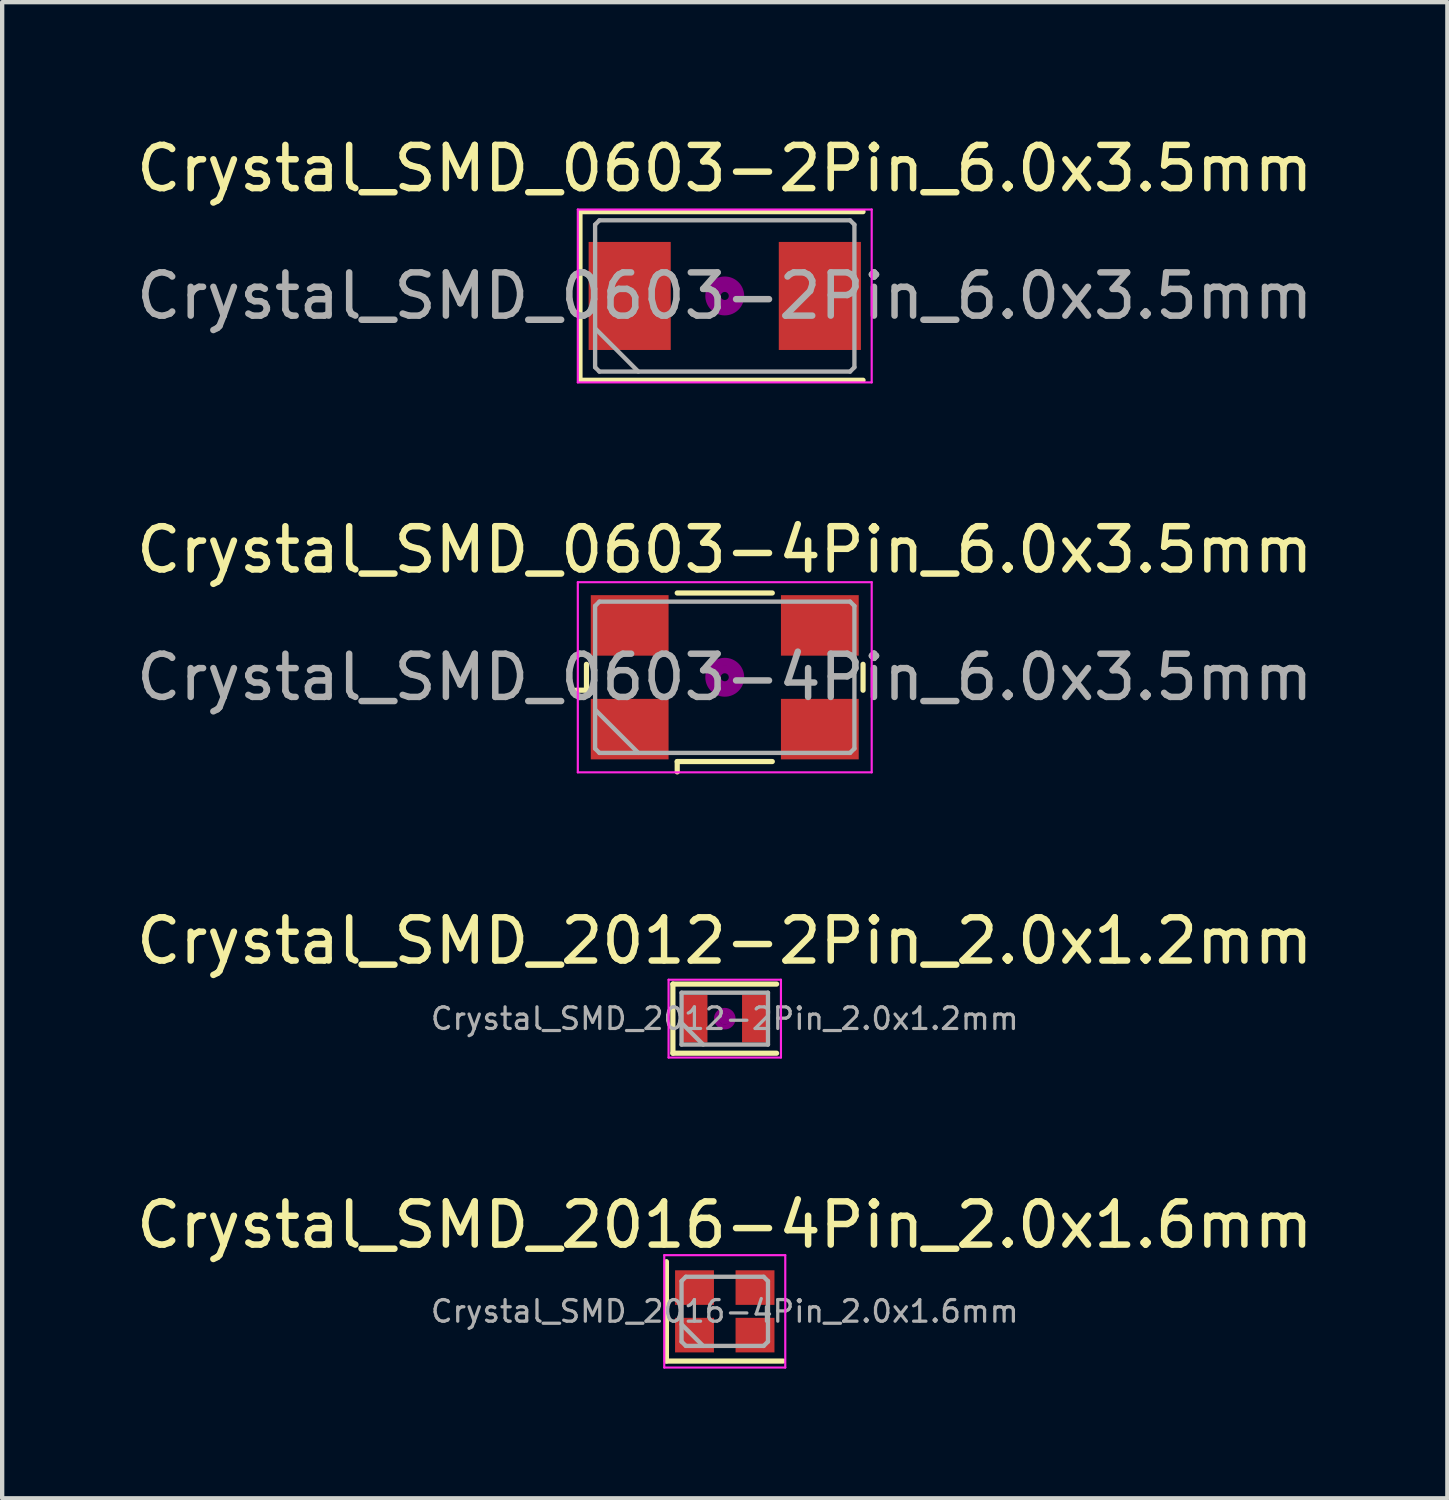
<source format=kicad_pcb>
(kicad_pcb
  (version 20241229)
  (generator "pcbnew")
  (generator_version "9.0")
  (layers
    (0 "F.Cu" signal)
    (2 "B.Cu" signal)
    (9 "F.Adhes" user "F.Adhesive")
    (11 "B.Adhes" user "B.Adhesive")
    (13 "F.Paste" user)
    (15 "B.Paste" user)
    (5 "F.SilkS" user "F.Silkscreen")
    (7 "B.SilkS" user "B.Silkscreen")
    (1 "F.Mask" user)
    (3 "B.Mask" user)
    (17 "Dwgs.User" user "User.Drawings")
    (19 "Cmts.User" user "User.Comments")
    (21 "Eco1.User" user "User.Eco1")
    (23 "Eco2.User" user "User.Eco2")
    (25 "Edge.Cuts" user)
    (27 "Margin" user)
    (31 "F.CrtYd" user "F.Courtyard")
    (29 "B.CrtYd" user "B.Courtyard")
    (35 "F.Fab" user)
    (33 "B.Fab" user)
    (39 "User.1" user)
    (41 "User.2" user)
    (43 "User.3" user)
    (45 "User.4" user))
  (footprint "Crystal_SMD_2016-4Pin_2.0x1.6mm"
    (layer "F.Cu")
    (at 13.72 27.293)
    (property "Reference" "Crystal_SMD_2016-4Pin_2.0x1.6mm" (at 0 -2 0) (layer "F.SilkS") (effects (font (size 1 1) (thickness 0.15))))
    (attr smd)
    (fp_line (start -1.35 -1.15) (end -1.35 1.15) (stroke (width 0.12) (type solid)) (layer "F.SilkS"))
    (fp_line (start -1.35 1.15) (end 1.35 1.15) (stroke (width 0.12) (type solid)) (layer "F.SilkS"))
    (fp_line (start -1.4 -1.3) (end -1.4 1.3) (stroke (width 0.05) (type solid)) (layer "F.CrtYd"))
    (fp_line (start -1.4 1.3) (end 1.4 1.3) (stroke (width 0.05) (type solid)) (layer "F.CrtYd"))
    (fp_line (start 1.4 -1.3) (end -1.4 -1.3) (stroke (width 0.05) (type solid)) (layer "F.CrtYd"))
    (fp_line (start 1.4 1.3) (end 1.4 -1.3) (stroke (width 0.05) (type solid)) (layer "F.CrtYd"))
    (fp_line (start -1 -0.7) (end -0.9 -0.8) (stroke (width 0.1) (type solid)) (layer "F.Fab"))
    (fp_line (start -1 0.3) (end -0.5 0.8) (stroke (width 0.1) (type solid)) (layer "F.Fab"))
    (fp_line (start -1 0.7) (end -1 -0.7) (stroke (width 0.1) (type solid)) (layer "F.Fab"))
    (fp_line (start -0.9 -0.8) (end 0.9 -0.8) (stroke (width 0.1) (type solid)) (layer "F.Fab"))
    (fp_line (start -0.9 0.8) (end -1 0.7) (stroke (width 0.1) (type solid)) (layer "F.Fab"))
    (fp_line (start 0.9 -0.8) (end 1 -0.7) (stroke (width 0.1) (type solid)) (layer "F.Fab"))
    (fp_line (start 0.9 0.8) (end -0.9 0.8) (stroke (width 0.1) (type solid)) (layer "F.Fab"))
    (fp_line (start 1 -0.7) (end 1 0.7) (stroke (width 0.1) (type solid)) (layer "F.Fab"))
    (fp_line (start 1 0.7) (end 0.9 0.8) (stroke (width 0.1) (type solid)) (layer "F.Fab"))
    (fp_text user "${REFERENCE}" (at 0 0 0) (layer "F.Fab") (effects (font (size 0.5 0.5) (thickness 0.075))))
    (pad "1" smd rect (at -0.7 0.55) (size 0.9 0.8) (layers "F.Cu" "F.Mask" "F.Paste"))
    (pad "2" smd rect (at 0.7 0.55) (size 0.9 0.8) (layers "F.Cu" "F.Mask" "F.Paste"))
    (pad "3" smd rect (at 0.7 -0.55) (size 0.9 0.8) (layers "F.Cu" "F.Mask" "F.Paste"))
    (pad "4" smd rect (at -0.7 -0.55) (size 0.9 0.8) (layers "F.Cu" "F.Mask" "F.Paste")))
  (footprint "Crystal_SMD_2012-2Pin_2.0x1.2mm"
    (layer "F.Cu")
    (at 13.72 20.52)
    (property "Reference" "Crystal_SMD_2012-2Pin_2.0x1.2mm" (at 0 -1.8 0) (layer "F.SilkS") (effects (font (size 1 1) (thickness 0.15))))
    (attr smd)
    (fp_line (start -1.2 -0.8) (end -1.2 0.8) (stroke (width 0.12) (type solid)) (layer "F.SilkS"))
    (fp_line (start -1.2 0.8) (end 1.2 0.8) (stroke (width 0.12) (type solid)) (layer "F.SilkS"))
    (fp_line (start 1.2 -0.8) (end -1.2 -0.8) (stroke (width 0.12) (type solid)) (layer "F.SilkS"))
    (fp_circle (center 0 0) (end 0.047 0) (stroke (width 0.093) (type solid)) (fill no) (layer "F.Adhes"))
    (fp_circle (center 0 0) (end 0.107 0) (stroke (width 0.067) (type solid)) (fill no) (layer "F.Adhes"))
    (fp_circle (center 0 0) (end 0.167 0) (stroke (width 0.067) (type solid)) (fill no) (layer "F.Adhes"))
    (fp_circle (center 0 0) (end 0.2 0) (stroke (width 0.1) (type solid)) (fill no) (layer "F.Adhes"))
    (fp_line (start -1.3 -0.9) (end -1.3 0.9) (stroke (width 0.05) (type solid)) (layer "F.CrtYd"))
    (fp_line (start -1.3 0.9) (end 1.3 0.9) (stroke (width 0.05) (type solid)) (layer "F.CrtYd"))
    (fp_line (start 1.3 -0.9) (end -1.3 -0.9) (stroke (width 0.05) (type solid)) (layer "F.CrtYd"))
    (fp_line (start 1.3 0.9) (end 1.3 -0.9) (stroke (width 0.05) (type solid)) (layer "F.CrtYd"))
    (fp_line (start -1 -0.6) (end -1 0.6) (stroke (width 0.1) (type solid)) (layer "F.Fab"))
    (fp_line (start -1 0.1) (end -0.5 0.6) (stroke (width 0.1) (type solid)) (layer "F.Fab"))
    (fp_line (start -1 0.6) (end 1 0.6) (stroke (width 0.1) (type solid)) (layer "F.Fab"))
    (fp_line (start 1 -0.6) (end -1 -0.6) (stroke (width 0.1) (type solid)) (layer "F.Fab"))
    (fp_line (start 1 0.6) (end 1 -0.6) (stroke (width 0.1) (type solid)) (layer "F.Fab"))
    (fp_text user "${REFERENCE}" (at 0 0 0) (layer "F.Fab") (effects (font (size 0.5 0.5) (thickness 0.075))))
    (pad "1" smd rect (at -0.7 0) (size 0.6 1.1) (layers "F.Cu" "F.Mask" "F.Paste"))
    (pad "2" smd rect (at 0.7 0) (size 0.6 1.1) (layers "F.Cu" "F.Mask" "F.Paste")))
  (footprint "Crystal_SMD_0603-2Pin_6.0x3.5mm"
    (layer "F.Cu")
    (at 13.72 3.798)
    (property "Reference" "Crystal_SMD_0603-2Pin_6.0x3.5mm" (at 0 -2.95 0) (layer "F.SilkS") (effects (font (size 1 1) (thickness 0.15))))
    (attr smd)
    (fp_line (start -3.35 -1.95) (end -3.35 1.95) (stroke (width 0.12) (type solid)) (layer "F.SilkS"))
    (fp_line (start -3.35 1.95) (end 3.2 1.95) (stroke (width 0.12) (type solid)) (layer "F.SilkS"))
    (fp_line (start 3.2 -1.95) (end -3.35 -1.95) (stroke (width 0.12) (type solid)) (layer "F.SilkS"))
    (fp_circle (center 0 0) (end 0.093 0) (stroke (width 0.187) (type solid)) (fill no) (layer "F.Adhes"))
    (fp_circle (center 0 0) (end 0.213 0) (stroke (width 0.133) (type solid)) (fill no) (layer "F.Adhes"))
    (fp_circle (center 0 0) (end 0.333 0) (stroke (width 0.133) (type solid)) (fill no) (layer "F.Adhes"))
    (fp_circle (center 0 0) (end 0.4 0) (stroke (width 0.1) (type solid)) (fill no) (layer "F.Adhes"))
    (fp_line (start -3.4 -2) (end -3.4 2) (stroke (width 0.05) (type solid)) (layer "F.CrtYd"))
    (fp_line (start -3.4 2) (end 3.4 2) (stroke (width 0.05) (type solid)) (layer "F.CrtYd"))
    (fp_line (start 3.4 -2) (end -3.4 -2) (stroke (width 0.05) (type solid)) (layer "F.CrtYd"))
    (fp_line (start 3.4 2) (end 3.4 -2) (stroke (width 0.05) (type solid)) (layer "F.CrtYd"))
    (fp_line (start -3 -1.65) (end -2.9 -1.75) (stroke (width 0.1) (type solid)) (layer "F.Fab"))
    (fp_line (start -3 0.75) (end -2 1.75) (stroke (width 0.1) (type solid)) (layer "F.Fab"))
    (fp_line (start -3 1.65) (end -3 -1.65) (stroke (width 0.1) (type solid)) (layer "F.Fab"))
    (fp_line (start -2.9 -1.75) (end 2.9 -1.75) (stroke (width 0.1) (type solid)) (layer "F.Fab"))
    (fp_line (start -2.9 1.75) (end -3 1.65) (stroke (width 0.1) (type solid)) (layer "F.Fab"))
    (fp_line (start 2.9 -1.75) (end 3 -1.65) (stroke (width 0.1) (type solid)) (layer "F.Fab"))
    (fp_line (start 2.9 1.75) (end -2.9 1.75) (stroke (width 0.1) (type solid)) (layer "F.Fab"))
    (fp_line (start 3 -1.65) (end 3 1.65) (stroke (width 0.1) (type solid)) (layer "F.Fab"))
    (fp_line (start 3 1.65) (end 2.9 1.75) (stroke (width 0.1) (type solid)) (layer "F.Fab"))
    (fp_text user "${REFERENCE}" (at 0 0 0) (layer "F.Fab") (effects (font (size 1 1) (thickness 0.15))))
    (pad "1" smd rect (at -2.2 0) (size 1.9 2.5) (layers "F.Cu" "F.Mask" "F.Paste"))
    (pad "2" smd rect (at 2.2 0) (size 1.9 2.5) (layers "F.Cu" "F.Mask" "F.Paste")))
  (footprint "Crystal_SMD_0603-4Pin_6.0x3.5mm"
    (layer "F.Cu")
    (at 13.72 12.621)
    (property "Reference" "Crystal_SMD_0603-4Pin_6.0x3.5mm" (at 0 -2.95 0) (layer "F.SilkS") (effects (font (size 1 1) (thickness 0.15))))
    (attr smd)
    (fp_line (start -3.44 0.3) (end -3.2 0.3) (stroke (width 0.12) (type solid)) (layer "F.SilkS"))
    (fp_line (start -3.2 0.3) (end -3.2 -0.3) (stroke (width 0.12) (type solid)) (layer "F.SilkS"))
    (fp_line (start -1.1 -1.95) (end 1.1 -1.95) (stroke (width 0.12) (type solid)) (layer "F.SilkS"))
    (fp_line (start -1.1 1.95) (end -1.1 2.19) (stroke (width 0.12) (type solid)) (layer "F.SilkS"))
    (fp_line (start 1.1 1.95) (end -1.1 1.95) (stroke (width 0.12) (type solid)) (layer "F.SilkS"))
    (fp_line (start 3.2 -0.3) (end 3.2 0.3) (stroke (width 0.12) (type solid)) (layer "F.SilkS"))
    (fp_circle (center 0 0) (end 0.093 0) (stroke (width 0.187) (type solid)) (fill no) (layer "F.Adhes"))
    (fp_circle (center 0 0) (end 0.213 0) (stroke (width 0.133) (type solid)) (fill no) (layer "F.Adhes"))
    (fp_circle (center 0 0) (end 0.333 0) (stroke (width 0.133) (type solid)) (fill no) (layer "F.Adhes"))
    (fp_circle (center 0 0) (end 0.4 0) (stroke (width 0.1) (type solid)) (fill no) (layer "F.Adhes"))
    (fp_line (start -3.4 -2.2) (end -3.4 2.2) (stroke (width 0.05) (type solid)) (layer "F.CrtYd"))
    (fp_line (start -3.4 2.2) (end 3.4 2.2) (stroke (width 0.05) (type solid)) (layer "F.CrtYd"))
    (fp_line (start 3.4 -2.2) (end -3.4 -2.2) (stroke (width 0.05) (type solid)) (layer "F.CrtYd"))
    (fp_line (start 3.4 2.2) (end 3.4 -2.2) (stroke (width 0.05) (type solid)) (layer "F.CrtYd"))
    (fp_line (start -3 -1.65) (end -2.9 -1.75) (stroke (width 0.1) (type solid)) (layer "F.Fab"))
    (fp_line (start -3 0.75) (end -2 1.75) (stroke (width 0.1) (type solid)) (layer "F.Fab"))
    (fp_line (start -3 1.65) (end -3 -1.65) (stroke (width 0.1) (type solid)) (layer "F.Fab"))
    (fp_line (start -2.9 -1.75) (end 2.9 -1.75) (stroke (width 0.1) (type solid)) (layer "F.Fab"))
    (fp_line (start -2.9 1.75) (end -3 1.65) (stroke (width 0.1) (type solid)) (layer "F.Fab"))
    (fp_line (start 2.9 -1.75) (end 3 -1.65) (stroke (width 0.1) (type solid)) (layer "F.Fab"))
    (fp_line (start 2.9 1.75) (end -2.9 1.75) (stroke (width 0.1) (type solid)) (layer "F.Fab"))
    (fp_line (start 3 -1.65) (end 3 1.65) (stroke (width 0.1) (type solid)) (layer "F.Fab"))
    (fp_line (start 3 1.65) (end 2.9 1.75) (stroke (width 0.1) (type solid)) (layer "F.Fab"))
    (fp_text user "${REFERENCE}" (at 0 0 0) (layer "F.Fab") (effects (font (size 1 1) (thickness 0.15))))
    (pad "1" smd rect (at -2.2 1.2) (size 1.8 1.4) (layers "F.Cu" "F.Mask" "F.Paste"))
    (pad "2" smd rect (at 2.2 1.2) (size 1.8 1.4) (layers "F.Cu" "F.Mask" "F.Paste"))
    (pad "3" smd rect (at 2.2 -1.2) (size 1.8 1.4) (layers "F.Cu" "F.Mask" "F.Paste"))
    (pad "4" smd rect (at -2.2 -1.2) (size 1.8 1.4) (layers "F.Cu" "F.Mask" "F.Paste")))
  (gr_rect
    (start -3 -3)
    (end 30.44 31.618)
    (stroke (width 0.1) (type default))
    (fill no)
    (layer "Edge.Cuts")))
</source>
